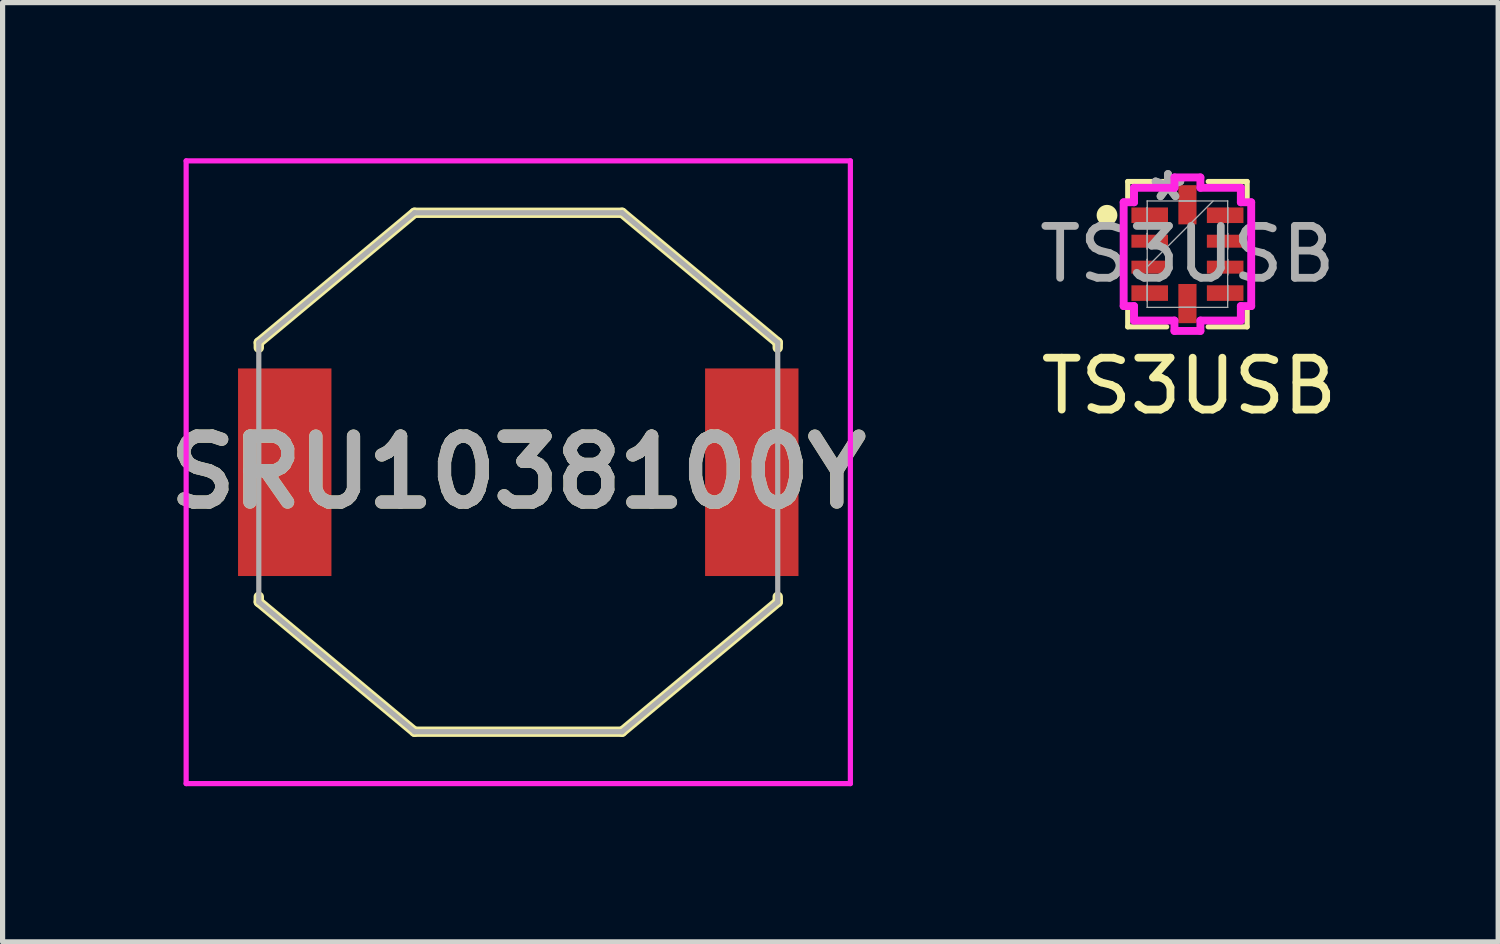
<source format=kicad_pcb>
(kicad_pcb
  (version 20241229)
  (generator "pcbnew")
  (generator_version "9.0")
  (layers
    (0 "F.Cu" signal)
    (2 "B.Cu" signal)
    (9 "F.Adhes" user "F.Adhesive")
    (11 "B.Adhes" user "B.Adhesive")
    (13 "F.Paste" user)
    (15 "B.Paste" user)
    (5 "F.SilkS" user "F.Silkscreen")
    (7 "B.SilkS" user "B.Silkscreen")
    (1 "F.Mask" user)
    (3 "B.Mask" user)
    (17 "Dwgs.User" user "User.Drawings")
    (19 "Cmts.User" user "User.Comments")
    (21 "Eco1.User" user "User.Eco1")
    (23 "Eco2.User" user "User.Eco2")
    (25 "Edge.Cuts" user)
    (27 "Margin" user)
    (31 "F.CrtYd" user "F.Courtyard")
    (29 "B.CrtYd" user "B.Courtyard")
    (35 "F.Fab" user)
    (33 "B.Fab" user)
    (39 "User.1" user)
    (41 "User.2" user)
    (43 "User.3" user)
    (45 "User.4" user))
  (footprint "TS3USB"
    (layer "F.Cu")
    (at 19.832 1.848)
    (property "Reference" "TS3USB" (at 0.03 2.54 0) (unlocked yes) (layer "F.SilkS") (effects (font (size 1 1) (thickness 0.15))))
    (attr smd)
    (fp_line (start -1.15 -1.4) (end -1.15 -1.05) (stroke (width 0.1) (type default)) (layer "F.SilkS"))
    (fp_line (start -1.15 1.4) (end -1.15 1.05) (stroke (width 0.1) (type default)) (layer "F.SilkS"))
    (fp_line (start -0.4 -1.4) (end -1.15 -1.4) (stroke (width 0.1) (type default)) (layer "F.SilkS"))
    (fp_line (start -0.4 1.4) (end -1.15 1.4) (stroke (width 0.1) (type default)) (layer "F.SilkS"))
    (fp_line (start 0.4 -1.4) (end 1.15 -1.4) (stroke (width 0.1) (type default)) (layer "F.SilkS"))
    (fp_line (start 0.4 1.4) (end 1.15 1.4) (stroke (width 0.1) (type default)) (layer "F.SilkS"))
    (fp_line (start 1.15 -1.4) (end 1.15 -1.05) (stroke (width 0.1) (type default)) (layer "F.SilkS"))
    (fp_line (start 1.15 1.4) (end 1.15 1.05) (stroke (width 0.1) (type default)) (layer "F.SilkS"))
    (fp_circle (center -1.55 -0.75) (end -1.4 -0.75) (stroke (width 0.1) (type solid)) (fill yes) (layer "F.SilkS"))
    (fp_line (start -1.229 -1) (end -1.029 -1) (stroke (width 0.152) (type solid)) (layer "F.CrtYd"))
    (fp_line (start -1.229 1) (end -1.229 -1) (stroke (width 0.152) (type solid)) (layer "F.CrtYd"))
    (fp_line (start -1.029 -1.279) (end -0.25 -1.279) (stroke (width 0.152) (type solid)) (layer "F.CrtYd"))
    (fp_line (start -1.029 -1) (end -1.029 -1.279) (stroke (width 0.152) (type solid)) (layer "F.CrtYd"))
    (fp_line (start -1.029 1) (end -1.229 1) (stroke (width 0.152) (type solid)) (layer "F.CrtYd"))
    (fp_line (start -1.029 1.279) (end -1.029 1) (stroke (width 0.152) (type solid)) (layer "F.CrtYd"))
    (fp_line (start -0.25 -1.479) (end 0.25 -1.479) (stroke (width 0.152) (type solid)) (layer "F.CrtYd"))
    (fp_line (start -0.25 -1.279) (end -0.25 -1.479) (stroke (width 0.152) (type solid)) (layer "F.CrtYd"))
    (fp_line (start -0.25 1.279) (end -1.029 1.279) (stroke (width 0.152) (type solid)) (layer "F.CrtYd"))
    (fp_line (start -0.25 1.479) (end -0.25 1.279) (stroke (width 0.152) (type solid)) (layer "F.CrtYd"))
    (fp_line (start 0.25 -1.479) (end 0.25 -1.279) (stroke (width 0.152) (type solid)) (layer "F.CrtYd"))
    (fp_line (start 0.25 -1.279) (end 1.029 -1.279) (stroke (width 0.152) (type solid)) (layer "F.CrtYd"))
    (fp_line (start 0.25 1.279) (end 0.25 1.479) (stroke (width 0.152) (type solid)) (layer "F.CrtYd"))
    (fp_line (start 0.25 1.479) (end -0.25 1.479) (stroke (width 0.152) (type solid)) (layer "F.CrtYd"))
    (fp_line (start 1.029 -1.279) (end 1.029 -1) (stroke (width 0.152) (type solid)) (layer "F.CrtYd"))
    (fp_line (start 1.029 -1) (end 1.229 -1) (stroke (width 0.152) (type solid)) (layer "F.CrtYd"))
    (fp_line (start 1.029 1) (end 1.029 1.279) (stroke (width 0.152) (type solid)) (layer "F.CrtYd"))
    (fp_line (start 1.029 1.279) (end 0.25 1.279) (stroke (width 0.152) (type solid)) (layer "F.CrtYd"))
    (fp_line (start 1.229 -1) (end 1.229 1) (stroke (width 0.152) (type solid)) (layer "F.CrtYd"))
    (fp_line (start 1.229 1) (end 1.029 1) (stroke (width 0.152) (type solid)) (layer "F.CrtYd"))
    (fp_line (start -0.775 -1.025) (end -0.775 -1.025) (stroke (width 0.025) (type solid)) (layer "F.Fab"))
    (fp_line (start -0.775 -1.025) (end -0.775 1.025) (stroke (width 0.025) (type solid)) (layer "F.Fab"))
    (fp_line (start -0.775 -0.9) (end -0.775 -0.9) (stroke (width 0.025) (type solid)) (layer "F.Fab"))
    (fp_line (start -0.775 -0.9) (end -0.775 -0.6) (stroke (width 0.025) (type solid)) (layer "F.Fab"))
    (fp_line (start -0.775 -0.6) (end -0.775 -0.9) (stroke (width 0.025) (type solid)) (layer "F.Fab"))
    (fp_line (start -0.775 -0.6) (end -0.775 -0.6) (stroke (width 0.025) (type solid)) (layer "F.Fab"))
    (fp_line (start -0.775 -0.4) (end -0.775 -0.4) (stroke (width 0.025) (type solid)) (layer "F.Fab"))
    (fp_line (start -0.775 -0.4) (end -0.775 -0.1) (stroke (width 0.025) (type solid)) (layer "F.Fab"))
    (fp_line (start -0.775 -0.1) (end -0.775 -0.4) (stroke (width 0.025) (type solid)) (layer "F.Fab"))
    (fp_line (start -0.775 -0.1) (end -0.775 -0.1) (stroke (width 0.025) (type solid)) (layer "F.Fab"))
    (fp_line (start -0.775 0.1) (end -0.775 0.1) (stroke (width 0.025) (type solid)) (layer "F.Fab"))
    (fp_line (start -0.775 0.1) (end -0.775 0.4) (stroke (width 0.025) (type solid)) (layer "F.Fab"))
    (fp_line (start -0.775 0.245) (end 0.495 -1.025) (stroke (width 0.025) (type solid)) (layer "F.Fab"))
    (fp_line (start -0.775 0.4) (end -0.775 0.1) (stroke (width 0.025) (type solid)) (layer "F.Fab"))
    (fp_line (start -0.775 0.4) (end -0.775 0.4) (stroke (width 0.025) (type solid)) (layer "F.Fab"))
    (fp_line (start -0.775 0.6) (end -0.775 0.6) (stroke (width 0.025) (type solid)) (layer "F.Fab"))
    (fp_line (start -0.775 0.6) (end -0.775 0.9) (stroke (width 0.025) (type solid)) (layer "F.Fab"))
    (fp_line (start -0.775 0.9) (end -0.775 0.6) (stroke (width 0.025) (type solid)) (layer "F.Fab"))
    (fp_line (start -0.775 0.9) (end -0.775 0.9) (stroke (width 0.025) (type solid)) (layer "F.Fab"))
    (fp_line (start -0.775 1.025) (end -0.775 1.025) (stroke (width 0.025) (type solid)) (layer "F.Fab"))
    (fp_line (start -0.775 1.025) (end 0.775 1.025) (stroke (width 0.025) (type solid)) (layer "F.Fab"))
    (fp_line (start -0.15 -1.025) (end -0.15 -1.025) (stroke (width 0.025) (type solid)) (layer "F.Fab"))
    (fp_line (start -0.15 -1.025) (end 0.15 -1.025) (stroke (width 0.025) (type solid)) (layer "F.Fab"))
    (fp_line (start -0.15 1.025) (end -0.15 1.025) (stroke (width 0.025) (type solid)) (layer "F.Fab"))
    (fp_line (start -0.15 1.025) (end 0.15 1.025) (stroke (width 0.025) (type solid)) (layer "F.Fab"))
    (fp_line (start 0.15 -1.025) (end -0.15 -1.025) (stroke (width 0.025) (type solid)) (layer "F.Fab"))
    (fp_line (start 0.15 -1.025) (end 0.15 -1.025) (stroke (width 0.025) (type solid)) (layer "F.Fab"))
    (fp_line (start 0.15 1.025) (end -0.15 1.025) (stroke (width 0.025) (type solid)) (layer "F.Fab"))
    (fp_line (start 0.15 1.025) (end 0.15 1.025) (stroke (width 0.025) (type solid)) (layer "F.Fab"))
    (fp_line (start 0.775 -1.025) (end -0.775 -1.025) (stroke (width 0.025) (type solid)) (layer "F.Fab"))
    (fp_line (start 0.775 -1.025) (end 0.775 -1.025) (stroke (width 0.025) (type solid)) (layer "F.Fab"))
    (fp_line (start 0.775 -0.9) (end 0.775 -0.9) (stroke (width 0.025) (type solid)) (layer "F.Fab"))
    (fp_line (start 0.775 -0.9) (end 0.775 -0.6) (stroke (width 0.025) (type solid)) (layer "F.Fab"))
    (fp_line (start 0.775 -0.6) (end 0.775 -0.9) (stroke (width 0.025) (type solid)) (layer "F.Fab"))
    (fp_line (start 0.775 -0.6) (end 0.775 -0.6) (stroke (width 0.025) (type solid)) (layer "F.Fab"))
    (fp_line (start 0.775 -0.4) (end 0.775 -0.4) (stroke (width 0.025) (type solid)) (layer "F.Fab"))
    (fp_line (start 0.775 -0.4) (end 0.775 -0.1) (stroke (width 0.025) (type solid)) (layer "F.Fab"))
    (fp_line (start 0.775 -0.1) (end 0.775 -0.4) (stroke (width 0.025) (type solid)) (layer "F.Fab"))
    (fp_line (start 0.775 -0.1) (end 0.775 -0.1) (stroke (width 0.025) (type solid)) (layer "F.Fab"))
    (fp_line (start 0.775 0.1) (end 0.775 0.1) (stroke (width 0.025) (type solid)) (layer "F.Fab"))
    (fp_line (start 0.775 0.1) (end 0.775 0.4) (stroke (width 0.025) (type solid)) (layer "F.Fab"))
    (fp_line (start 0.775 0.4) (end 0.775 0.1) (stroke (width 0.025) (type solid)) (layer "F.Fab"))
    (fp_line (start 0.775 0.4) (end 0.775 0.4) (stroke (width 0.025) (type solid)) (layer "F.Fab"))
    (fp_line (start 0.775 0.6) (end 0.775 0.6) (stroke (width 0.025) (type solid)) (layer "F.Fab"))
    (fp_line (start 0.775 0.6) (end 0.775 0.9) (stroke (width 0.025) (type solid)) (layer "F.Fab"))
    (fp_line (start 0.775 0.9) (end 0.775 0.6) (stroke (width 0.025) (type solid)) (layer "F.Fab"))
    (fp_line (start 0.775 0.9) (end 0.775 0.9) (stroke (width 0.025) (type solid)) (layer "F.Fab"))
    (fp_line (start 0.775 1.025) (end 0.775 -1.025) (stroke (width 0.025) (type solid)) (layer "F.Fab"))
    (fp_line (start 0.775 1.025) (end 0.775 1.025) (stroke (width 0.025) (type solid)) (layer "F.Fab"))
    (fp_text user "*" (at -0.375 -1 0) (layer "F.Fab") (effects (font (size 1 1) (thickness 0.15))))
    (fp_text user "*" (at -0.375 -1 0) (unlocked yes) (layer "F.Fab") (effects (font (size 1 1) (thickness 0.15))))
    (fp_text user "${REFERENCE}" (at 0 0 0) (unlocked yes) (layer "F.Fab") (effects (font (size 1 1) (thickness 0.15))))
    (pad "1" smd rect (at -0.727 -0.75 90) (size 0.3 0.705) (layers "F.Cu" "F.Mask" "F.Paste"))
    (pad "2" smd rect (at -0.727 -0.25 90) (size 0.25 0.705) (layers "F.Cu" "F.Mask" "F.Paste"))
    (pad "3" smd rect (at -0.727 0.25 90) (size 0.25 0.705) (layers "F.Cu" "F.Mask" "F.Paste"))
    (pad "4" smd rect (at -0.727 0.75 90) (size 0.3 0.705) (layers "F.Cu" "F.Mask" "F.Paste"))
    (pad "5" smd rect (at 0 0.952) (size 0.35 0.755) (layers "F.Cu" "F.Mask" "F.Paste"))
    (pad "6" smd rect (at 0.727 0.75 90) (size 0.3 0.705) (layers "F.Cu" "F.Mask" "F.Paste"))
    (pad "7" smd rect (at 0.727 0.25 90) (size 0.25 0.705) (layers "F.Cu" "F.Mask" "F.Paste"))
    (pad "8" smd rect (at 0.727 -0.25 90) (size 0.25 0.705) (layers "F.Cu" "F.Mask" "F.Paste"))
    (pad "9" smd rect (at 0.727 -0.75 90) (size 0.3 0.705) (layers "F.Cu" "F.Mask" "F.Paste"))
    (pad "10" smd rect (at 0 -0.952) (size 0.35 0.755) (layers "F.Cu" "F.Mask" "F.Paste")))
  (footprint "SRU1038100Y"
    (layer "F.Cu")
    (at 6.937 6.05)
    (property "Reference" "SRU1038100Y" (at 0 0 0) (layer "F.SilkS") (effects (font (size 1.27 1.27) (thickness 0.254))))
    (attr smd)
    (fp_line (start -6 0) (end -6 0) (stroke (width 0.1) (type solid)) (layer "F.SilkS"))
    (fp_line (start -5.9 0) (end -5.9 0) (stroke (width 0.1) (type solid)) (layer "F.SilkS"))
    (fp_line (start -5 -2.5) (end -2 -5) (stroke (width 0.2) (type solid)) (layer "F.SilkS"))
    (fp_line (start -5 -2.4) (end -5 -2.5) (stroke (width 0.2) (type solid)) (layer "F.SilkS"))
    (fp_line (start -5 2.4) (end -5 2.5) (stroke (width 0.2) (type solid)) (layer "F.SilkS"))
    (fp_line (start -5 2.5) (end -2 5) (stroke (width 0.2) (type solid)) (layer "F.SilkS"))
    (fp_line (start -2 -5) (end 2 -5) (stroke (width 0.2) (type solid)) (layer "F.SilkS"))
    (fp_line (start -2 5) (end 2 5) (stroke (width 0.2) (type solid)) (layer "F.SilkS"))
    (fp_line (start 2 -5) (end 5 -2.5) (stroke (width 0.2) (type solid)) (layer "F.SilkS"))
    (fp_line (start 2 5) (end 5 2.5) (stroke (width 0.2) (type solid)) (layer "F.SilkS"))
    (fp_line (start 5 -2.5) (end 5 -2.4) (stroke (width 0.2) (type solid)) (layer "F.SilkS"))
    (fp_line (start 5 2.5) (end 5 2.4) (stroke (width 0.2) (type solid)) (layer "F.SilkS"))
    (fp_arc (start -6 0) (mid -5.95 -0.05) (end -5.9 0) (stroke (width 0.1) (type solid)) (layer "F.SilkS"))
    (fp_arc (start -5.9 0) (mid -5.95 0.05) (end -6 0) (stroke (width 0.1) (type solid)) (layer "F.SilkS"))
    (fp_line (start -6.4 -6) (end 6.4 -6) (stroke (width 0.1) (type solid)) (layer "F.CrtYd"))
    (fp_line (start -6.4 6) (end -6.4 -6) (stroke (width 0.1) (type solid)) (layer "F.CrtYd"))
    (fp_line (start 6.4 -6) (end 6.4 6) (stroke (width 0.1) (type solid)) (layer "F.CrtYd"))
    (fp_line (start 6.4 6) (end -6.4 6) (stroke (width 0.1) (type solid)) (layer "F.CrtYd"))
    (fp_line (start -5 -2.5) (end -2 -5) (stroke (width 0.1) (type solid)) (layer "F.Fab"))
    (fp_line (start -5 2.5) (end -5 -2.5) (stroke (width 0.1) (type solid)) (layer "F.Fab"))
    (fp_line (start -2 -5) (end 2 -5) (stroke (width 0.1) (type solid)) (layer "F.Fab"))
    (fp_line (start -2 5) (end -5 2.5) (stroke (width 0.1) (type solid)) (layer "F.Fab"))
    (fp_line (start 2 -5) (end 5 -2.5) (stroke (width 0.1) (type solid)) (layer "F.Fab"))
    (fp_line (start 2 5) (end -2 5) (stroke (width 0.1) (type solid)) (layer "F.Fab"))
    (fp_line (start 5 -2.5) (end 5 2.5) (stroke (width 0.1) (type solid)) (layer "F.Fab"))
    (fp_line (start 5 2.5) (end 2 5) (stroke (width 0.1) (type solid)) (layer "F.Fab"))
    (fp_text user "${REFERENCE}" (at 0 0 0) (layer "F.Fab") (effects (font (size 1.27 1.27) (thickness 0.254))))
    (pad "1" smd rect (at -4.5 0) (size 1.8 4) (layers "F.Cu" "F.Mask" "F.Paste"))
    (pad "2" smd rect (at 4.5 0) (size 1.8 4) (layers "F.Cu" "F.Mask" "F.Paste")))
  (gr_rect
    (start -3 -3)
    (end 25.82 15.1)
    (stroke (width 0.1) (type default))
    (fill no)
    (layer "Edge.Cuts")))
</source>
